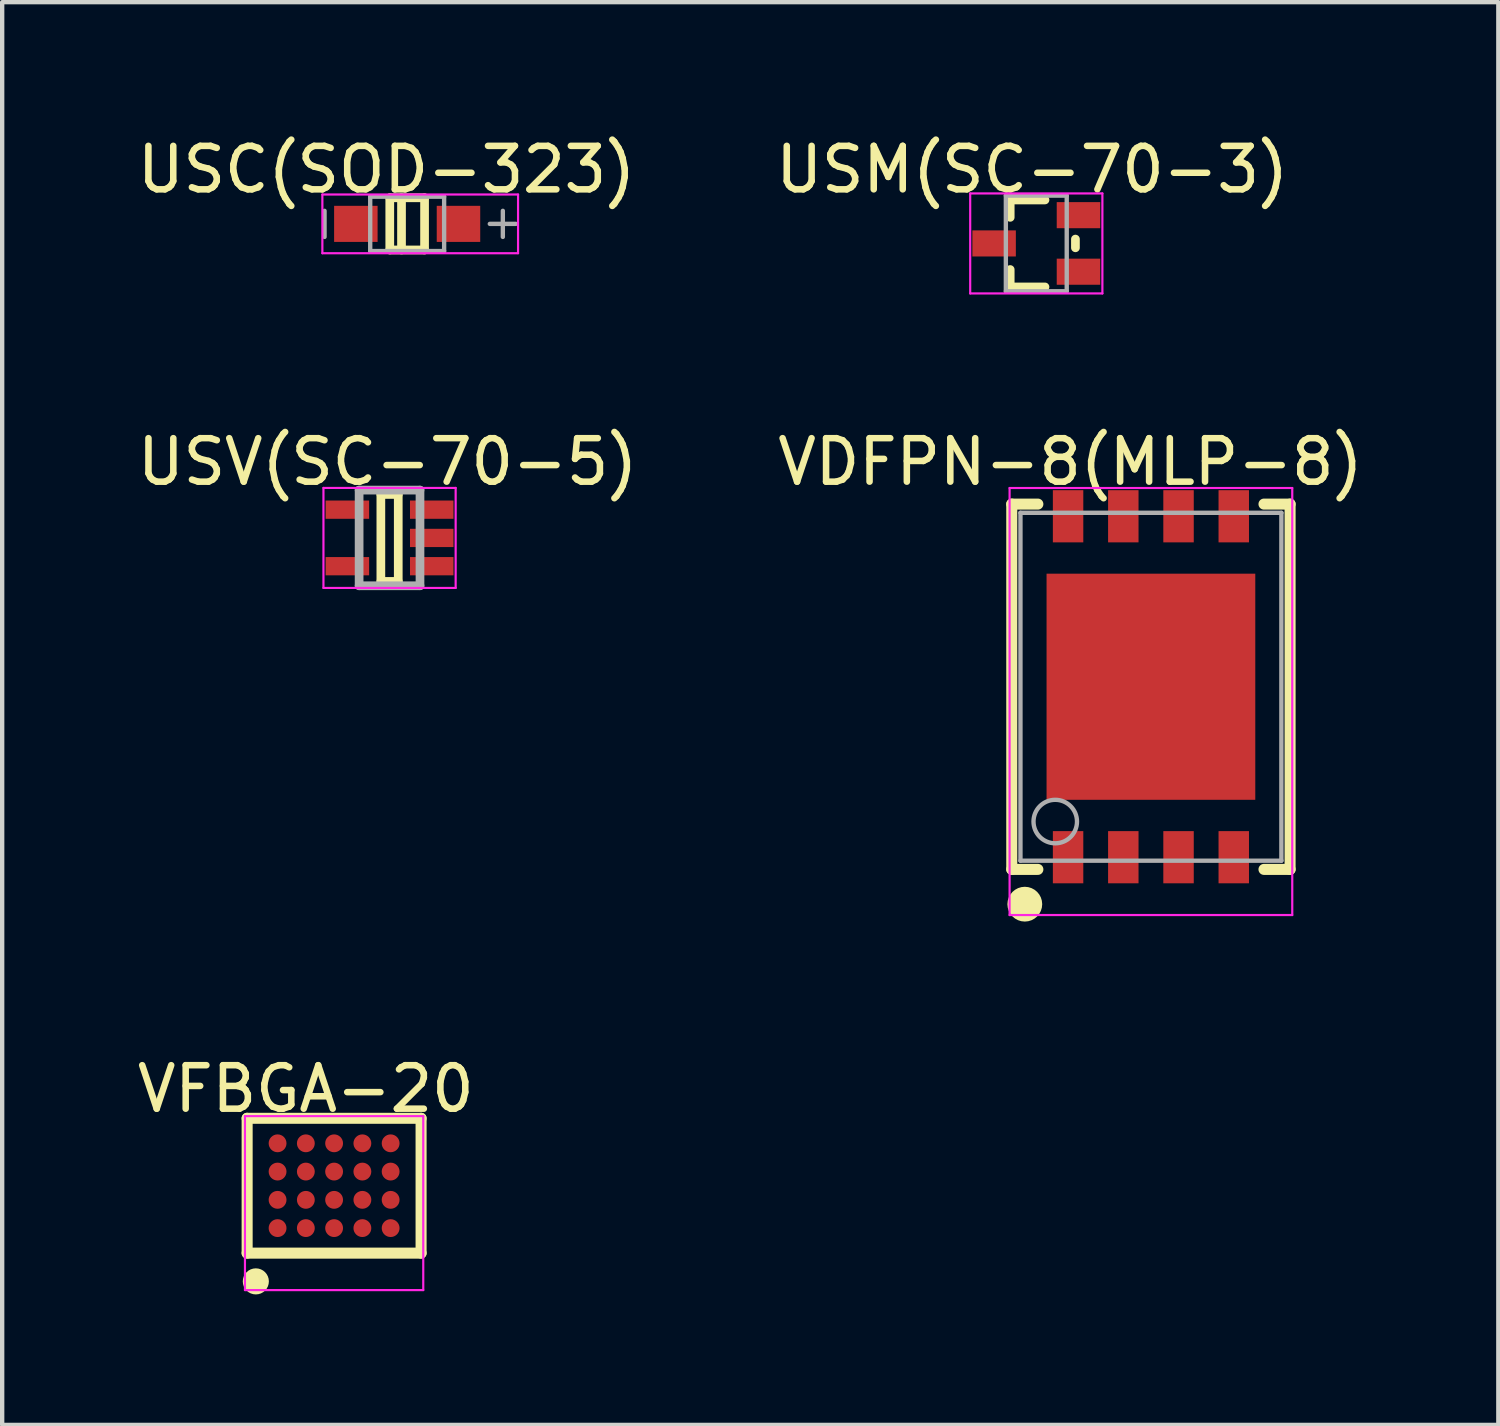
<source format=kicad_pcb>
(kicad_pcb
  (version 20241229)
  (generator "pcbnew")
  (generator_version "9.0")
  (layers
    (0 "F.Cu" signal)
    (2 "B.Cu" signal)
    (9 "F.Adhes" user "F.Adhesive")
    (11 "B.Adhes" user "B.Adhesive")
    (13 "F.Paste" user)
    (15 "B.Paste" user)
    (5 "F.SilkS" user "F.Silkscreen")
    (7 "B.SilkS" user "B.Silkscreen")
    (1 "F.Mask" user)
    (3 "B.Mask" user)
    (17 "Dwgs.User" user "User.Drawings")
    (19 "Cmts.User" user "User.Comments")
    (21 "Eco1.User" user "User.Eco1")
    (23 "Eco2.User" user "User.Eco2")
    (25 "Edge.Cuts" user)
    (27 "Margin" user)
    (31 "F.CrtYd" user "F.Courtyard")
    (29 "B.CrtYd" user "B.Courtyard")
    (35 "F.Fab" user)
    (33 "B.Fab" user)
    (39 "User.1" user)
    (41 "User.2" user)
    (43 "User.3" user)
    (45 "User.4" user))
  (footprint "USC(SOD-323)"
    (layer "F.Cu")
    (at 6.313 2.098)
    (property "Reference" "USC(SOD-323)" (at -0.474 -1.249 0) (layer "F.SilkS") (effects (font (size 1 1) (thickness 0.15))))
    (attr through_hole)
    (fp_line (start -0.4 -0.6) (end 0.4 -0.6) (stroke (width 0.2) (type solid)) (layer "F.SilkS"))
    (fp_line (start -0.4 0.6) (end -0.4 -0.6) (stroke (width 0.2) (type solid)) (layer "F.SilkS"))
    (fp_line (start -0.4 0.6) (end 0.4 0.6) (stroke (width 0.2) (type solid)) (layer "F.SilkS"))
    (fp_line (start -0.13 0.6) (end -0.13 -0.6) (stroke (width 0.2) (type solid)) (layer "F.SilkS"))
    (fp_line (start 0.4 0.6) (end 0.4 -0.6) (stroke (width 0.2) (type solid)) (layer "F.SilkS"))
    (fp_line (start -1.95 -0.675) (end 2.55 -0.675) (stroke (width 0.05) (type solid)) (layer "F.CrtYd"))
    (fp_line (start -1.95 0.675) (end -1.95 -0.675) (stroke (width 0.05) (type solid)) (layer "F.CrtYd"))
    (fp_line (start 2.55 -0.675) (end 2.55 0.675) (stroke (width 0.05) (type solid)) (layer "F.CrtYd"))
    (fp_line (start 2.55 0.675) (end -1.95 0.675) (stroke (width 0.05) (type solid)) (layer "F.CrtYd"))
    (fp_line (start -1.9 0.3) (end -1.9 -0.3) (stroke (width 0.1) (type solid)) (layer "F.Fab"))
    (fp_line (start -0.85 -0.625) (end 0.85 -0.625) (stroke (width 0.1) (type solid)) (layer "F.Fab"))
    (fp_line (start -0.85 0.625) (end -0.85 -0.625) (stroke (width 0.1) (type solid)) (layer "F.Fab"))
    (fp_line (start -0.85 0.625) (end 0.85 0.625) (stroke (width 0.1) (type solid)) (layer "F.Fab"))
    (fp_line (start 0.85 0.625) (end 0.85 -0.625) (stroke (width 0.1) (type solid)) (layer "F.Fab"))
    (fp_line (start 1.9 0) (end 2.5 0) (stroke (width 0.1) (type solid)) (layer "F.Fab"))
    (fp_line (start 2.2 0.3) (end 2.2 -0.3) (stroke (width 0.1) (type solid)) (layer "F.Fab"))
    (pad "1" smd rect (at 1.18 0) (size 1 0.83) (layers "F.Cu" "F.Mask" "F.Paste"))
    (pad "2" smd rect (at -1.18 0) (size 1 0.83) (layers "F.Cu" "F.Mask" "F.Paste")))
  (footprint "USV(SC-70-5)"
    (layer "F.Cu")
    (at 5.908 9.32)
    (property "Reference" "USV(SC-70-5)" (at -0.044 -1.749 0) (layer "F.SilkS") (effects (font (size 1 1) (thickness 0.15))))
    (attr through_hole)
    (fp_line (start -0.2 -1) (end 0.2 -1) (stroke (width 0.2) (type solid)) (layer "F.SilkS"))
    (fp_line (start -0.2 1) (end -0.2 -1) (stroke (width 0.2) (type solid)) (layer "F.SilkS"))
    (fp_line (start -0.2 1) (end 0.2 1) (stroke (width 0.2) (type solid)) (layer "F.SilkS"))
    (fp_line (start 0.2 1) (end 0.2 -1) (stroke (width 0.2) (type solid)) (layer "F.SilkS"))
    (fp_line (start -1.52 -1.15) (end 1.52 -1.15) (stroke (width 0.05) (type solid)) (layer "F.CrtYd"))
    (fp_line (start -1.52 1.15) (end -1.52 -1.15) (stroke (width 0.05) (type solid)) (layer "F.CrtYd"))
    (fp_line (start 1.52 -1.15) (end 1.52 1.15) (stroke (width 0.05) (type solid)) (layer "F.CrtYd"))
    (fp_line (start 1.52 1.15) (end -1.52 1.15) (stroke (width 0.05) (type solid)) (layer "F.CrtYd"))
    (fp_line (start -0.7 -1.1) (end 0.7 -1.1) (stroke (width 0.2) (type solid)) (layer "F.Fab"))
    (fp_line (start -0.7 1.1) (end -0.7 -1.1) (stroke (width 0.2) (type solid)) (layer "F.Fab"))
    (fp_line (start -0.7 1.1) (end 0.7 1.1) (stroke (width 0.2) (type solid)) (layer "F.Fab"))
    (fp_line (start 0.7 1.1) (end 0.7 -1.1) (stroke (width 0.2) (type solid)) (layer "F.Fab"))
    (pad "1" smd rect (at 0.97 0.65 90) (size 0.42 1) (layers "F.Cu" "F.Mask" "F.Paste"))
    (pad "2" smd rect (at 0.97 0 90) (size 0.42 1) (layers "F.Cu" "F.Mask" "F.Paste"))
    (pad "3" smd rect (at 0.97 -0.65 90) (size 0.42 1) (layers "F.Cu" "F.Mask" "F.Paste"))
    (pad "4" smd rect (at -0.97 -0.65 270) (size 0.42 1) (layers "F.Cu" "F.Mask" "F.Paste"))
    (pad "5" smd rect (at -0.97 0.65 270) (size 0.42 1) (layers "F.Cu" "F.Mask" "F.Paste")))
  (footprint "VFBGA-20"
    (layer "F.Cu")
    (at 4.633 24.216)
    (property "Reference" "VFBGA-20" (at -0.651 -2.226 0) (layer "F.SilkS") (effects (font (size 1 1) (thickness 0.15))))
    (attr through_hole)
    (fp_line (start -2 -1.55) (end 2 -1.55) (stroke (width 0.254) (type solid)) (layer "F.SilkS"))
    (fp_line (start -2 1.55) (end -2 -1.55) (stroke (width 0.254) (type solid)) (layer "F.SilkS"))
    (fp_line (start -2 1.55) (end 2 1.55) (stroke (width 0.254) (type solid)) (layer "F.SilkS"))
    (fp_line (start 2 1.55) (end 2 -1.55) (stroke (width 0.254) (type solid)) (layer "F.SilkS"))
    (fp_circle (center -1.8 2.2) (end -1.65 2.2) (stroke (width 0.3) (type solid)) (fill no) (layer "F.SilkS"))
    (fp_line (start -2.05 -1.6) (end 2.05 -1.6) (stroke (width 0.05) (type solid)) (layer "F.CrtYd"))
    (fp_line (start -2.05 2.4) (end -2.05 -1.6) (stroke (width 0.05) (type solid)) (layer "F.CrtYd"))
    (fp_line (start 2.05 -1.6) (end 2.05 2.4) (stroke (width 0.05) (type solid)) (layer "F.CrtYd"))
    (fp_line (start 2.05 2.4) (end -2.05 2.4) (stroke (width 0.05) (type solid)) (layer "F.CrtYd"))
    (pad "A1" smd oval (at -1.3 0.975 90) (size 0.41 0.41) (layers "F.Cu" "F.Mask" "F.Paste"))
    (pad "A2" smd oval (at -1.3 0.325 90) (size 0.41 0.41) (layers "F.Cu" "F.Mask" "F.Paste"))
    (pad "A3" smd oval (at -1.3 -0.325 90) (size 0.41 0.41) (layers "F.Cu" "F.Mask" "F.Paste"))
    (pad "A4" smd oval (at -1.3 -0.975 90) (size 0.41 0.41) (layers "F.Cu" "F.Mask" "F.Paste"))
    (pad "B1" smd oval (at -0.65 0.975 90) (size 0.41 0.41) (layers "F.Cu" "F.Mask" "F.Paste"))
    (pad "B2" smd oval (at -0.65 0.325 90) (size 0.41 0.41) (layers "F.Cu" "F.Mask" "F.Paste"))
    (pad "B3" smd oval (at -0.65 -0.325 90) (size 0.41 0.41) (layers "F.Cu" "F.Mask" "F.Paste"))
    (pad "B4" smd oval (at -0.65 -0.975 90) (size 0.41 0.41) (layers "F.Cu" "F.Mask" "F.Paste"))
    (pad "C1" smd oval (at 0 0.975 90) (size 0.41 0.41) (layers "F.Cu" "F.Mask" "F.Paste"))
    (pad "C2" smd oval (at 0 0.325 90) (size 0.41 0.41) (layers "F.Cu" "F.Mask" "F.Paste"))
    (pad "C3" smd oval (at 0 -0.325 90) (size 0.41 0.41) (layers "F.Cu" "F.Mask" "F.Paste"))
    (pad "C4" smd oval (at 0 -0.975 90) (size 0.41 0.41) (layers "F.Cu" "F.Mask" "F.Paste"))
    (pad "D1" smd oval (at 0.65 0.975 90) (size 0.41 0.41) (layers "F.Cu" "F.Mask" "F.Paste"))
    (pad "D2" smd oval (at 0.65 0.325 90) (size 0.41 0.41) (layers "F.Cu" "F.Mask" "F.Paste"))
    (pad "D3" smd oval (at 0.65 -0.325 90) (size 0.41 0.41) (layers "F.Cu" "F.Mask" "F.Paste"))
    (pad "D4" smd oval (at 0.65 -0.975 90) (size 0.41 0.41) (layers "F.Cu" "F.Mask" "F.Paste"))
    (pad "E1" smd oval (at 1.3 0.975 90) (size 0.41 0.41) (layers "F.Cu" "F.Mask" "F.Paste"))
    (pad "E2" smd oval (at 1.3 0.325 90) (size 0.41 0.41) (layers "F.Cu" "F.Mask" "F.Paste"))
    (pad "E3" smd oval (at 1.3 -0.325 90) (size 0.41 0.41) (layers "F.Cu" "F.Mask" "F.Paste"))
    (pad "E4" smd oval (at 1.3 -0.975 90) (size 0.41 0.41) (layers "F.Cu" "F.Mask" "F.Paste")))
  (footprint "VDFPN-8(MLP-8)"
    (layer "F.Cu")
    (at 23.416 12.742)
    (property "Reference" "VDFPN-8(MLP-8)" (at -1.851 -5.171 0) (layer "F.SilkS") (effects (font (size 1 1) (thickness 0.15))))
    (attr through_hole)
    (fp_line (start -3.2 -4.2) (end -2.6 -4.2) (stroke (width 0.254) (type solid)) (layer "F.SilkS"))
    (fp_line (start -3.2 4.2) (end -3.2 -4.2) (stroke (width 0.254) (type solid)) (layer "F.SilkS"))
    (fp_line (start -3.2 4.2) (end -2.6 4.2) (stroke (width 0.254) (type solid)) (layer "F.SilkS"))
    (fp_line (start 2.6 -4.2) (end 3.2 -4.2) (stroke (width 0.254) (type solid)) (layer "F.SilkS"))
    (fp_line (start 2.6 4.2) (end 3.2 4.2) (stroke (width 0.254) (type solid)) (layer "F.SilkS"))
    (fp_line (start 3.2 4.2) (end 3.2 -4.2) (stroke (width 0.254) (type solid)) (layer "F.SilkS"))
    (fp_circle (center -2.9 5) (end -2.7 5) (stroke (width 0.4) (type solid)) (fill no) (layer "F.SilkS"))
    (fp_line (start -3.25 -4.57) (end 3.25 -4.57) (stroke (width 0.05) (type solid)) (layer "F.CrtYd"))
    (fp_line (start -3.25 5.25) (end -3.25 -4.57) (stroke (width 0.05) (type solid)) (layer "F.CrtYd"))
    (fp_line (start 3.25 -4.57) (end 3.25 5.25) (stroke (width 0.05) (type solid)) (layer "F.CrtYd"))
    (fp_line (start 3.25 5.25) (end -3.25 5.25) (stroke (width 0.05) (type solid)) (layer "F.CrtYd"))
    (fp_line (start -3 -4) (end 3 -4) (stroke (width 0.1) (type solid)) (layer "F.Fab"))
    (fp_line (start -3 4) (end -3 -4) (stroke (width 0.1) (type solid)) (layer "F.Fab"))
    (fp_line (start -3 4) (end 3 4) (stroke (width 0.1) (type solid)) (layer "F.Fab"))
    (fp_line (start 3 4) (end 3 -4) (stroke (width 0.1) (type solid)) (layer "F.Fab"))
    (fp_circle (center -2.2 3.1) (end -1.7 3.1) (stroke (width 0.1) (type solid)) (fill no) (layer "F.Fab"))
    (pad "0" smd rect (at 0 0 90) (size 5.2 4.8) (layers "F.Cu" "F.Mask" "F.Paste"))
    (pad "1" smd rect (at -1.905 3.92 90) (size 1.2 0.7) (layers "F.Cu" "F.Mask" "F.Paste"))
    (pad "2" smd rect (at -0.635 3.92 90) (size 1.2 0.7) (layers "F.Cu" "F.Mask" "F.Paste"))
    (pad "3" smd rect (at 0.635 3.92 90) (size 1.2 0.7) (layers "F.Cu" "F.Mask" "F.Paste"))
    (pad "4" smd rect (at 1.905 3.92 90) (size 1.2 0.7) (layers "F.Cu" "F.Mask" "F.Paste"))
    (pad "5" smd rect (at 1.905 -3.92 90) (size 1.2 0.7) (layers "F.Cu" "F.Mask" "F.Paste"))
    (pad "6" smd rect (at 0.635 -3.92 90) (size 1.2 0.7) (layers "F.Cu" "F.Mask" "F.Paste"))
    (pad "7" smd rect (at -0.635 -3.92 90) (size 1.2 0.7) (layers "F.Cu" "F.Mask" "F.Paste"))
    (pad "8" smd rect (at -1.905 -3.92 90) (size 1.2 0.7) (layers "F.Cu" "F.Mask" "F.Paste")))
  (footprint "USM(SC-70-3)"
    (layer "F.Cu")
    (at 20.78 2.548)
    (property "Reference" "USM(SC-70-3)" (at -0.095 -1.699 0) (layer "F.SilkS") (effects (font (size 1 1) (thickness 0.15))))
    (attr through_hole)
    (fp_line (start -0.6 -1) (end 0.2 -1) (stroke (width 0.2) (type solid)) (layer "F.SilkS"))
    (fp_line (start -0.6 -0.6) (end -0.6 -1) (stroke (width 0.2) (type solid)) (layer "F.SilkS"))
    (fp_line (start -0.6 1) (end -0.6 0.6) (stroke (width 0.2) (type solid)) (layer "F.SilkS"))
    (fp_line (start -0.6 1) (end 0.2 1) (stroke (width 0.2) (type solid)) (layer "F.SilkS"))
    (fp_line (start 0.9 0.1) (end 0.9 -0.1) (stroke (width 0.2) (type solid)) (layer "F.SilkS"))
    (fp_line (start -1.52 -1.15) (end 1.52 -1.15) (stroke (width 0.05) (type solid)) (layer "F.CrtYd"))
    (fp_line (start -1.52 1.15) (end -1.52 -1.15) (stroke (width 0.05) (type solid)) (layer "F.CrtYd"))
    (fp_line (start 1.52 -1.15) (end 1.52 1.15) (stroke (width 0.05) (type solid)) (layer "F.CrtYd"))
    (fp_line (start 1.52 1.15) (end -1.52 1.15) (stroke (width 0.05) (type solid)) (layer "F.CrtYd"))
    (fp_line (start -0.7 -1.1) (end 0.7 -1.1) (stroke (width 0.1) (type solid)) (layer "F.Fab"))
    (fp_line (start -0.7 1.1) (end -0.7 -1.1) (stroke (width 0.1) (type solid)) (layer "F.Fab"))
    (fp_line (start -0.7 1.1) (end 0.7 1.1) (stroke (width 0.1) (type solid)) (layer "F.Fab"))
    (fp_line (start 0.7 1.1) (end 0.7 -1.1) (stroke (width 0.1) (type solid)) (layer "F.Fab"))
    (pad "1" smd rect (at 0.97 0.65 90) (size 0.6 1) (layers "F.Cu" "F.Mask" "F.Paste"))
    (pad "2" smd rect (at -0.97 0 90) (size 0.6 1) (layers "F.Cu" "F.Mask" "F.Paste"))
    (pad "3" smd rect (at 0.97 -0.65 90) (size 0.6 1) (layers "F.Cu" "F.Mask" "F.Paste")))
  (gr_rect
    (start -3 -3)
    (end 31.405 29.716)
    (stroke (width 0.1) (type default))
    (fill no)
    (layer "Edge.Cuts")))
</source>
